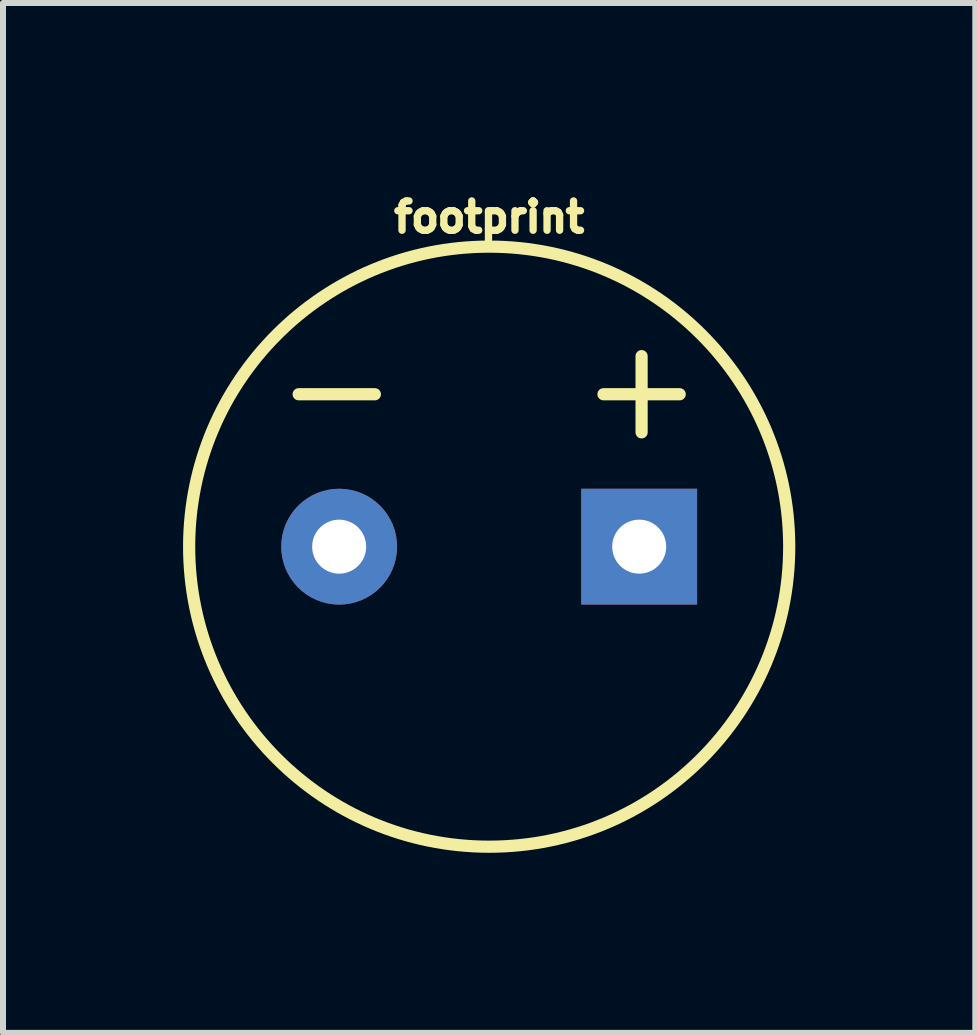
<source format=kicad_pcb>
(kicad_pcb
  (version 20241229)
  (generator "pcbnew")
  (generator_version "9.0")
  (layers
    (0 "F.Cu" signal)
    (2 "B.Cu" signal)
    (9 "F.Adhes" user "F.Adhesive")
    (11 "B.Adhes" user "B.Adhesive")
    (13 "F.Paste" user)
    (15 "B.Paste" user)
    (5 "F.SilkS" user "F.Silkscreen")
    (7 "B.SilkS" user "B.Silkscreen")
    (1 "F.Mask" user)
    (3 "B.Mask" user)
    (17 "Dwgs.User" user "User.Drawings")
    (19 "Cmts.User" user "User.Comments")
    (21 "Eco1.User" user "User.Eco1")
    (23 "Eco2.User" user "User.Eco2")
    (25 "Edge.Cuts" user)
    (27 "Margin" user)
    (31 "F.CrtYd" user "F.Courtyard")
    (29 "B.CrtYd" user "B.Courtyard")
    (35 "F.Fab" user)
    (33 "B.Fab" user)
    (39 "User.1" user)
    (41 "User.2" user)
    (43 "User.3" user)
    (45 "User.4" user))
  (footprint "footprint"
    (layer "F.Cu")
    (at 5.102 6.06)
    (property "Reference" "footprint" (at 0 -5.207 0) (layer "F.SilkS") (effects (font (size 0.488 0.488) (thickness 0.122)) (justify bottom)))
    (fp_line (start -1.905 -2.54) (end -3.175 -2.54) (stroke (width 0.203) (type solid)) (layer "F.SilkS"))
    (fp_line (start 2.54 -3.175) (end 2.54 -1.905) (stroke (width 0.203) (type solid)) (layer "F.SilkS"))
    (fp_line (start 3.175 -2.54) (end 1.905 -2.54) (stroke (width 0.203) (type solid)) (layer "F.SilkS"))
    (fp_circle (center 0 0) (end 5 0) (stroke (width 0.203) (type solid)) (fill no) (layer "F.SilkS"))
    (pad "+" thru_hole rect (at 2.5 0) (size 1.93 1.93) (drill 0.9) (layers "*.Cu" "*.Mask"))
    (pad "-" thru_hole circle (at -2.5 0) (size 1.93 1.93) (drill 0.9) (layers "*.Cu" "*.Mask")))
  (gr_rect
    (start -3 -3)
    (end 13.203 14.162)
    (stroke (width 0.1) (type default))
    (fill no)
    (layer "Edge.Cuts")))
</source>
